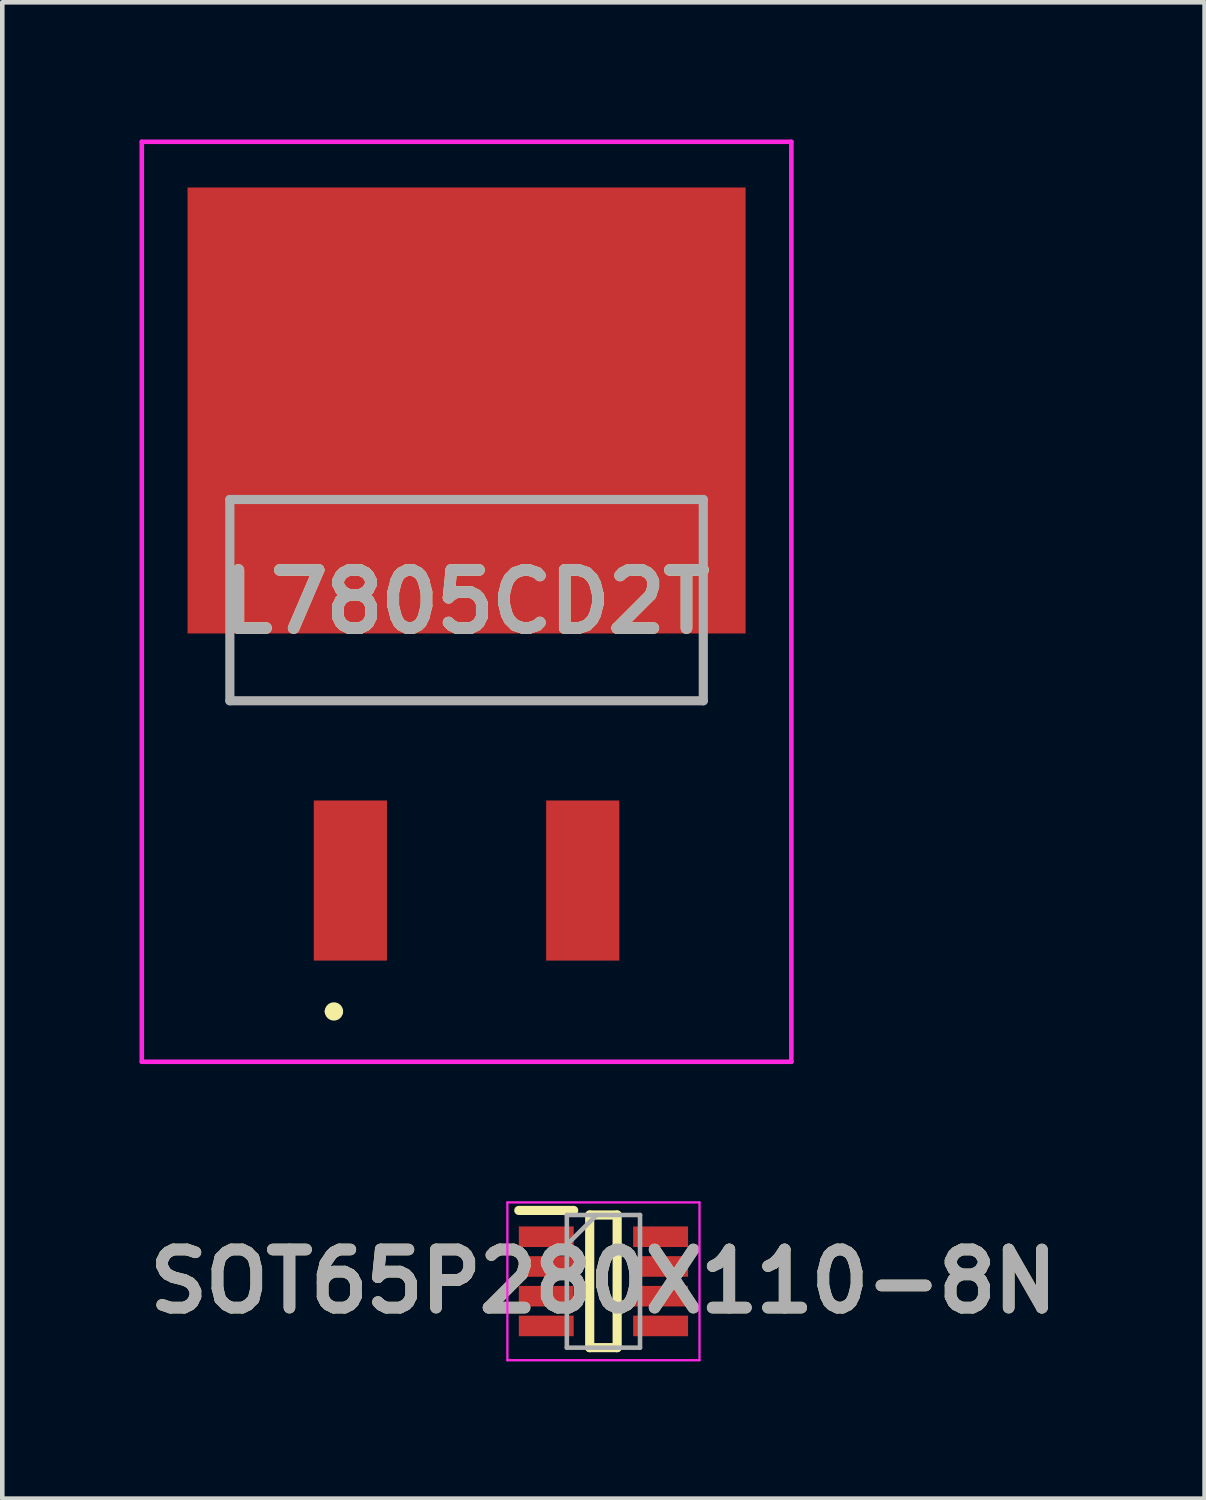
<source format=kicad_pcb>
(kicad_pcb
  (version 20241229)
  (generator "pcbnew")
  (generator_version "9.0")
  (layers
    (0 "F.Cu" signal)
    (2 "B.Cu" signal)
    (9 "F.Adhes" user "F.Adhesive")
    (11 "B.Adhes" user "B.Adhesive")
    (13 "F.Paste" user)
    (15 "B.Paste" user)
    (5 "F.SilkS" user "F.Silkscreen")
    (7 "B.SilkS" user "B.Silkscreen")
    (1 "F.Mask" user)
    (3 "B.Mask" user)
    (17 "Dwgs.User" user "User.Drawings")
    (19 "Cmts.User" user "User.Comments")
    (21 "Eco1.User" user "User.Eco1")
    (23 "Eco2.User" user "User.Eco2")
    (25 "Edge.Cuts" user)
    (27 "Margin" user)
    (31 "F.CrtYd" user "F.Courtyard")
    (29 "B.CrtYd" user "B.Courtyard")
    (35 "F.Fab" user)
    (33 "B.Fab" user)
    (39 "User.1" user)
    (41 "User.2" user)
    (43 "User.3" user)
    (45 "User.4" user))
  (footprint "L7805CD2T"
    (layer "F.Cu")
    (at 7.15 11.062)
    (property "Reference" "L7805CD2T" (at 0 -0.956 0) (layer "F.SilkS") (effects (font (size 1.27 1.27) (thickness 0.254))))
    (attr smd)
    (fp_line (start -5.175 0) (end -5.175 1.2) (stroke (width 0.1) (type solid)) (layer "F.SilkS"))
    (fp_line (start -5.175 1.2) (end 5.175 1.208) (stroke (width 0.1) (type solid)) (layer "F.SilkS"))
    (fp_line (start -3 8) (end -3 8) (stroke (width 0.2) (type solid)) (layer "F.SilkS"))
    (fp_line (start -2.8 8) (end -2.8 8) (stroke (width 0.2) (type solid)) (layer "F.SilkS"))
    (fp_line (start 5.175 1.208) (end 5.175 0) (stroke (width 0.1) (type solid)) (layer "F.SilkS"))
    (fp_arc (start -3 8) (mid -2.9 7.9) (end -2.8 8) (stroke (width 0.2) (type solid)) (layer "F.SilkS"))
    (fp_arc (start -2.8 8) (mid -2.9 8.1) (end -3 8) (stroke (width 0.2) (type solid)) (layer "F.SilkS"))
    (fp_line (start -7.1 -11.012) (end 7.1 -11.012) (stroke (width 0.1) (type solid)) (layer "F.CrtYd"))
    (fp_line (start -7.1 9.1) (end -7.1 -11.012) (stroke (width 0.1) (type solid)) (layer "F.CrtYd"))
    (fp_line (start 7.1 -11.012) (end 7.1 9.1) (stroke (width 0.1) (type solid)) (layer "F.CrtYd"))
    (fp_line (start 7.1 9.1) (end -7.1 9.1) (stroke (width 0.1) (type solid)) (layer "F.CrtYd"))
    (fp_line (start -5.175 -3.192) (end 5.175 -3.192) (stroke (width 0.2) (type solid)) (layer "F.Fab"))
    (fp_line (start -5.175 1.208) (end -5.175 -3.192) (stroke (width 0.2) (type solid)) (layer "F.Fab"))
    (fp_line (start 5.175 -3.192) (end 5.175 1.208) (stroke (width 0.2) (type solid)) (layer "F.Fab"))
    (fp_line (start 5.175 1.208) (end -5.175 1.208) (stroke (width 0.2) (type solid)) (layer "F.Fab"))
    (fp_text user "${REFERENCE}" (at 0 -0.956 0) (layer "F.Fab") (effects (font (size 1.27 1.27) (thickness 0.254))))
    (pad "1" smd rect (at -2.54 5.138) (size 1.6 3.5) (layers "F.Cu" "F.Mask" "F.Paste"))
    (pad "2" smd rect (at 0 -5.138 90) (size 9.75 12.2) (layers "F.Cu" "F.Mask" "F.Paste"))
    (pad "3" smd rect (at 2.54 5.138) (size 1.6 3.5) (layers "F.Cu" "F.Mask" "F.Paste")))
  (footprint "SOT65P280X110-8N"
    (layer "F.Cu")
    (at 10.142 24.962)
    (property "Reference" "SOT65P280X110-8N" (at 0 0 0) (layer "F.SilkS") (effects (font (size 1.27 1.27) (thickness 0.254))))
    (attr smd)
    (fp_line (start -1.85 -1.55) (end -0.65 -1.55) (stroke (width 0.2) (type solid)) (layer "F.SilkS"))
    (fp_line (start -0.3 -1.45) (end 0.3 -1.45) (stroke (width 0.2) (type solid)) (layer "F.SilkS"))
    (fp_line (start -0.3 1.45) (end -0.3 -1.45) (stroke (width 0.2) (type solid)) (layer "F.SilkS"))
    (fp_line (start 0.3 -1.45) (end 0.3 1.45) (stroke (width 0.2) (type solid)) (layer "F.SilkS"))
    (fp_line (start 0.3 1.45) (end -0.3 1.45) (stroke (width 0.2) (type solid)) (layer "F.SilkS"))
    (fp_line (start -2.1 -1.725) (end 2.1 -1.725) (stroke (width 0.05) (type solid)) (layer "F.CrtYd"))
    (fp_line (start -2.1 1.725) (end -2.1 -1.725) (stroke (width 0.05) (type solid)) (layer "F.CrtYd"))
    (fp_line (start 2.1 -1.725) (end 2.1 1.725) (stroke (width 0.05) (type solid)) (layer "F.CrtYd"))
    (fp_line (start 2.1 1.725) (end -2.1 1.725) (stroke (width 0.05) (type solid)) (layer "F.CrtYd"))
    (fp_line (start -0.8 -1.45) (end 0.8 -1.45) (stroke (width 0.1) (type solid)) (layer "F.Fab"))
    (fp_line (start -0.8 -0.8) (end -0.15 -1.45) (stroke (width 0.1) (type solid)) (layer "F.Fab"))
    (fp_line (start -0.8 1.45) (end -0.8 -1.45) (stroke (width 0.1) (type solid)) (layer "F.Fab"))
    (fp_line (start 0.8 -1.45) (end 0.8 1.45) (stroke (width 0.1) (type solid)) (layer "F.Fab"))
    (fp_line (start 0.8 1.45) (end -0.8 1.45) (stroke (width 0.1) (type solid)) (layer "F.Fab"))
    (fp_text user "${REFERENCE}" (at 0 0 0) (layer "F.Fab") (effects (font (size 1.27 1.27) (thickness 0.254))))
    (pad "1" smd rect (at -1.25 -0.975 90) (size 0.45 1.2) (layers "F.Cu" "F.Mask" "F.Paste"))
    (pad "2" smd rect (at -1.25 -0.325 90) (size 0.45 1.2) (layers "F.Cu" "F.Mask" "F.Paste"))
    (pad "3" smd rect (at -1.25 0.325 90) (size 0.45 1.2) (layers "F.Cu" "F.Mask" "F.Paste"))
    (pad "4" smd rect (at -1.25 0.975 90) (size 0.45 1.2) (layers "F.Cu" "F.Mask" "F.Paste"))
    (pad "5" smd rect (at 1.25 0.975 90) (size 0.45 1.2) (layers "F.Cu" "F.Mask" "F.Paste"))
    (pad "6" smd rect (at 1.25 0.325 90) (size 0.45 1.2) (layers "F.Cu" "F.Mask" "F.Paste"))
    (pad "7" smd rect (at 1.25 -0.325 90) (size 0.45 1.2) (layers "F.Cu" "F.Mask" "F.Paste"))
    (pad "8" smd rect (at 1.25 -0.975 90) (size 0.45 1.2) (layers "F.Cu" "F.Mask" "F.Paste")))
  (gr_rect
    (start -3 -3)
    (end 23.284 29.712)
    (stroke (width 0.1) (type default))
    (fill no)
    (layer "Edge.Cuts")))
</source>
